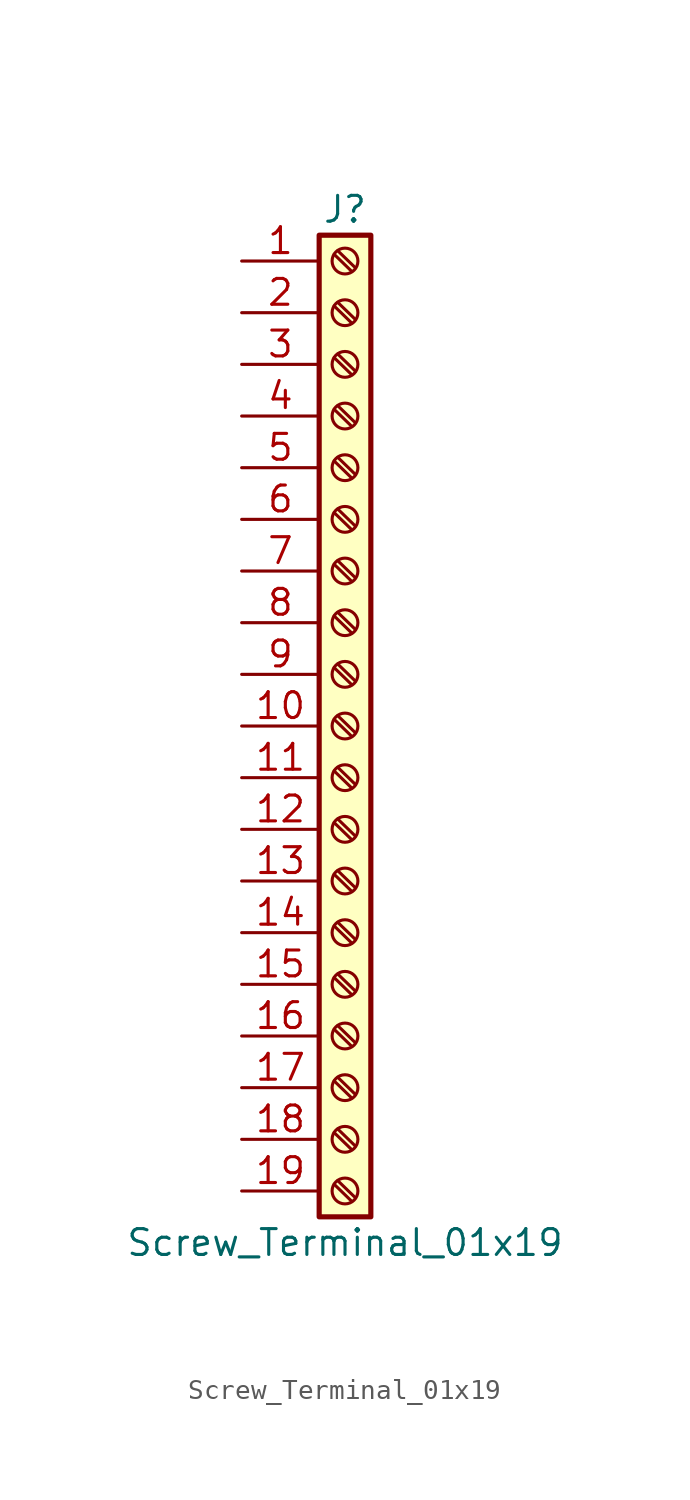
<source format=kicad_sym>
(kicad_symbol_lib
  (version 20211014)
  (generator kicad_symbol_editor)
  (symbol "Screw_Terminal_01x19"
    (pin_names
      (offset 1.016) hide)
    (property "Reference" "J"
      (at 0 25.4 0)
      (effects (font (size 1.27 1.27))))
    (property "Value" "Screw_Terminal_01x19"
      (at 0 -25.4 0)
      (effects (font (size 1.27 1.27))))
    (symbol "Screw_Terminal_01x19_1_1"
      (rectangle (start -1.27 24.13) (end 1.27 -24.13) (stroke (width 0.254) (type default) (color 0 0 0 0)) (fill (type background)))
      (circle (center 0 -22.86) (radius 0.635) (stroke (width 0.152) (type default) (color 0 0 0 0)) (fill (type none)))
      (circle (center 0 -20.32) (radius 0.635) (stroke (width 0.152) (type default) (color 0 0 0 0)) (fill (type none)))
      (circle (center 0 -17.78) (radius 0.635) (stroke (width 0.152) (type default) (color 0 0 0 0)) (fill (type none)))
      (circle (center 0 -15.24) (radius 0.635) (stroke (width 0.152) (type default) (color 0 0 0 0)) (fill (type none)))
      (circle (center 0 -12.7) (radius 0.635) (stroke (width 0.152) (type default) (color 0 0 0 0)) (fill (type none)))
      (circle (center 0 -10.16) (radius 0.635) (stroke (width 0.152) (type default) (color 0 0 0 0)) (fill (type none)))
      (circle (center 0 -7.62) (radius 0.635) (stroke (width 0.152) (type default) (color 0 0 0 0)) (fill (type none)))
      (circle (center 0 -5.08) (radius 0.635) (stroke (width 0.152) (type default) (color 0 0 0 0)) (fill (type none)))
      (circle (center 0 -2.54) (radius 0.635) (stroke (width 0.152) (type default) (color 0 0 0 0)) (fill (type none)))
      (polyline (pts (xy -0.533 -22.53) (xy 0.33 -23.368)) (stroke (width 0.152) (type default) (color 0 0 0 0)) (fill (type none)))
      (polyline (pts (xy -0.533 -19.99) (xy 0.33 -20.828)) (stroke (width 0.152) (type default) (color 0 0 0 0)) (fill (type none)))
      (polyline (pts (xy -0.533 -17.45) (xy 0.33 -18.288)) (stroke (width 0.152) (type default) (color 0 0 0 0)) (fill (type none)))
      (polyline (pts (xy -0.533 -14.91) (xy 0.33 -15.748)) (stroke (width 0.152) (type default) (color 0 0 0 0)) (fill (type none)))
      (polyline (pts (xy -0.533 -12.37) (xy 0.33 -13.208)) (stroke (width 0.152) (type default) (color 0 0 0 0)) (fill (type none)))
      (polyline (pts (xy -0.533 -9.83) (xy 0.33 -10.668)) (stroke (width 0.152) (type default) (color 0 0 0 0)) (fill (type none)))
      (polyline (pts (xy -0.533 -7.29) (xy 0.33 -8.128)) (stroke (width 0.152) (type default) (color 0 0 0 0)) (fill (type none)))
      (polyline (pts (xy -0.533 -4.75) (xy 0.33 -5.588)) (stroke (width 0.152) (type default) (color 0 0 0 0)) (fill (type none)))
      (polyline (pts (xy -0.533 -2.21) (xy 0.33 -3.048)) (stroke (width 0.152) (type default) (color 0 0 0 0)) (fill (type none)))
      (polyline (pts (xy -0.533 0.33) (xy 0.33 -0.508)) (stroke (width 0.152) (type default) (color 0 0 0 0)) (fill (type none)))
      (polyline (pts (xy -0.533 2.87) (xy 0.33 2.032)) (stroke (width 0.152) (type default) (color 0 0 0 0)) (fill (type none)))
      (polyline (pts (xy -0.533 5.41) (xy 0.33 4.572)) (stroke (width 0.152) (type default) (color 0 0 0 0)) (fill (type none)))
      (polyline (pts (xy -0.533 7.95) (xy 0.33 7.112)) (stroke (width 0.152) (type default) (color 0 0 0 0)) (fill (type none)))
      (polyline (pts (xy -0.533 10.49) (xy 0.33 9.652)) (stroke (width 0.152) (type default) (color 0 0 0 0)) (fill (type none)))
      (polyline (pts (xy -0.533 13.03) (xy 0.33 12.192)) (stroke (width 0.152) (type default) (color 0 0 0 0)) (fill (type none)))
      (polyline (pts (xy -0.533 15.57) (xy 0.33 14.732)) (stroke (width 0.152) (type default) (color 0 0 0 0)) (fill (type none)))
      (polyline (pts (xy -0.533 18.11) (xy 0.33 17.272)) (stroke (width 0.152) (type default) (color 0 0 0 0)) (fill (type none)))
      (polyline (pts (xy -0.533 20.65) (xy 0.33 19.812)) (stroke (width 0.152) (type default) (color 0 0 0 0)) (fill (type none)))
      (polyline (pts (xy -0.533 23.19) (xy 0.33 22.352)) (stroke (width 0.152) (type default) (color 0 0 0 0)) (fill (type none)))
      (polyline (pts (xy -0.356 -22.352) (xy 0.508 -23.19)) (stroke (width 0.152) (type default) (color 0 0 0 0)) (fill (type none)))
      (polyline (pts (xy -0.356 -19.812) (xy 0.508 -20.65)) (stroke (width 0.152) (type default) (color 0 0 0 0)) (fill (type none)))
      (polyline (pts (xy -0.356 -17.272) (xy 0.508 -18.11)) (stroke (width 0.152) (type default) (color 0 0 0 0)) (fill (type none)))
      (polyline (pts (xy -0.356 -14.732) (xy 0.508 -15.57)) (stroke (width 0.152) (type default) (color 0 0 0 0)) (fill (type none)))
      (polyline (pts (xy -0.356 -12.192) (xy 0.508 -13.03)) (stroke (width 0.152) (type default) (color 0 0 0 0)) (fill (type none)))
      (polyline (pts (xy -0.356 -9.652) (xy 0.508 -10.49)) (stroke (width 0.152) (type default) (color 0 0 0 0)) (fill (type none)))
      (polyline (pts (xy -0.356 -7.112) (xy 0.508 -7.95)) (stroke (width 0.152) (type default) (color 0 0 0 0)) (fill (type none)))
      (polyline (pts (xy -0.356 -4.572) (xy 0.508 -5.41)) (stroke (width 0.152) (type default) (color 0 0 0 0)) (fill (type none)))
      (polyline (pts (xy -0.356 -2.032) (xy 0.508 -2.87)) (stroke (width 0.152) (type default) (color 0 0 0 0)) (fill (type none)))
      (polyline (pts (xy -0.356 0.508) (xy 0.508 -0.33)) (stroke (width 0.152) (type default) (color 0 0 0 0)) (fill (type none)))
      (polyline (pts (xy -0.356 3.048) (xy 0.508 2.21)) (stroke (width 0.152) (type default) (color 0 0 0 0)) (fill (type none)))
      (polyline (pts (xy -0.356 5.588) (xy 0.508 4.75)) (stroke (width 0.152) (type default) (color 0 0 0 0)) (fill (type none)))
      (polyline (pts (xy -0.356 8.128) (xy 0.508 7.29)) (stroke (width 0.152) (type default) (color 0 0 0 0)) (fill (type none)))
      (polyline (pts (xy -0.356 10.668) (xy 0.508 9.83)) (stroke (width 0.152) (type default) (color 0 0 0 0)) (fill (type none)))
      (polyline (pts (xy -0.356 13.208) (xy 0.508 12.37)) (stroke (width 0.152) (type default) (color 0 0 0 0)) (fill (type none)))
      (polyline (pts (xy -0.356 15.748) (xy 0.508 14.91)) (stroke (width 0.152) (type default) (color 0 0 0 0)) (fill (type none)))
      (polyline (pts (xy -0.356 18.288) (xy 0.508 17.45)) (stroke (width 0.152) (type default) (color 0 0 0 0)) (fill (type none)))
      (polyline (pts (xy -0.356 20.828) (xy 0.508 19.99)) (stroke (width 0.152) (type default) (color 0 0 0 0)) (fill (type none)))
      (polyline (pts (xy -0.356 23.368) (xy 0.508 22.53)) (stroke (width 0.152) (type default) (color 0 0 0 0)) (fill (type none)))
      (circle (center 0 0) (radius 0.635) (stroke (width 0.152) (type default) (color 0 0 0 0)) (fill (type none)))
      (circle (center 0 2.54) (radius 0.635) (stroke (width 0.152) (type default) (color 0 0 0 0)) (fill (type none)))
      (circle (center 0 5.08) (radius 0.635) (stroke (width 0.152) (type default) (color 0 0 0 0)) (fill (type none)))
      (circle (center 0 7.62) (radius 0.635) (stroke (width 0.152) (type default) (color 0 0 0 0)) (fill (type none)))
      (circle (center 0 10.16) (radius 0.635) (stroke (width 0.152) (type default) (color 0 0 0 0)) (fill (type none)))
      (circle (center 0 12.7) (radius 0.635) (stroke (width 0.152) (type default) (color 0 0 0 0)) (fill (type none)))
      (circle (center 0 15.24) (radius 0.635) (stroke (width 0.152) (type default) (color 0 0 0 0)) (fill (type none)))
      (circle (center 0 17.78) (radius 0.635) (stroke (width 0.152) (type default) (color 0 0 0 0)) (fill (type none)))
      (circle (center 0 20.32) (radius 0.635) (stroke (width 0.152) (type default) (color 0 0 0 0)) (fill (type none)))
      (circle (center 0 22.86) (radius 0.635) (stroke (width 0.152) (type default) (color 0 0 0 0)) (fill (type none)))
      (pin passive line (at -5.08 22.86 0) (length 3.81) (name "Pin_1" (effects (font (size 1.27 1.27)))) (number "1" (effects (font (size 1.27 1.27)))))
      (pin passive line (at -5.08 0 0) (length 3.81) (name "Pin_10" (effects (font (size 1.27 1.27)))) (number "10" (effects (font (size 1.27 1.27)))))
      (pin passive line (at -5.08 -2.54 0) (length 3.81) (name "Pin_11" (effects (font (size 1.27 1.27)))) (number "11" (effects (font (size 1.27 1.27)))))
      (pin passive line (at -5.08 -5.08 0) (length 3.81) (name "Pin_12" (effects (font (size 1.27 1.27)))) (number "12" (effects (font (size 1.27 1.27)))))
      (pin passive line (at -5.08 -7.62 0) (length 3.81) (name "Pin_13" (effects (font (size 1.27 1.27)))) (number "13" (effects (font (size 1.27 1.27)))))
      (pin passive line (at -5.08 -10.16 0) (length 3.81) (name "Pin_14" (effects (font (size 1.27 1.27)))) (number "14" (effects (font (size 1.27 1.27)))))
      (pin passive line (at -5.08 -12.7 0) (length 3.81) (name "Pin_15" (effects (font (size 1.27 1.27)))) (number "15" (effects (font (size 1.27 1.27)))))
      (pin passive line (at -5.08 -15.24 0) (length 3.81) (name "Pin_16" (effects (font (size 1.27 1.27)))) (number "16" (effects (font (size 1.27 1.27)))))
      (pin passive line (at -5.08 -17.78 0) (length 3.81) (name "Pin_17" (effects (font (size 1.27 1.27)))) (number "17" (effects (font (size 1.27 1.27)))))
      (pin passive line (at -5.08 -20.32 0) (length 3.81) (name "Pin_18" (effects (font (size 1.27 1.27)))) (number "18" (effects (font (size 1.27 1.27)))))
      (pin passive line (at -5.08 -22.86 0) (length 3.81) (name "Pin_19" (effects (font (size 1.27 1.27)))) (number "19" (effects (font (size 1.27 1.27)))))
      (pin passive line (at -5.08 20.32 0) (length 3.81) (name "Pin_2" (effects (font (size 1.27 1.27)))) (number "2" (effects (font (size 1.27 1.27)))))
      (pin passive line (at -5.08 17.78 0) (length 3.81) (name "Pin_3" (effects (font (size 1.27 1.27)))) (number "3" (effects (font (size 1.27 1.27)))))
      (pin passive line (at -5.08 15.24 0) (length 3.81) (name "Pin_4" (effects (font (size 1.27 1.27)))) (number "4" (effects (font (size 1.27 1.27)))))
      (pin passive line (at -5.08 12.7 0) (length 3.81) (name "Pin_5" (effects (font (size 1.27 1.27)))) (number "5" (effects (font (size 1.27 1.27)))))
      (pin passive line (at -5.08 10.16 0) (length 3.81) (name "Pin_6" (effects (font (size 1.27 1.27)))) (number "6" (effects (font (size 1.27 1.27)))))
      (pin passive line (at -5.08 7.62 0) (length 3.81) (name "Pin_7" (effects (font (size 1.27 1.27)))) (number "7" (effects (font (size 1.27 1.27)))))
      (pin passive line (at -5.08 5.08 0) (length 3.81) (name "Pin_8" (effects (font (size 1.27 1.27)))) (number "8" (effects (font (size 1.27 1.27)))))
      (pin passive line (at -5.08 2.54 0) (length 3.81) (name "Pin_9" (effects (font (size 1.27 1.27)))) (number "9" (effects (font (size 1.27 1.27))))))))
</source>
